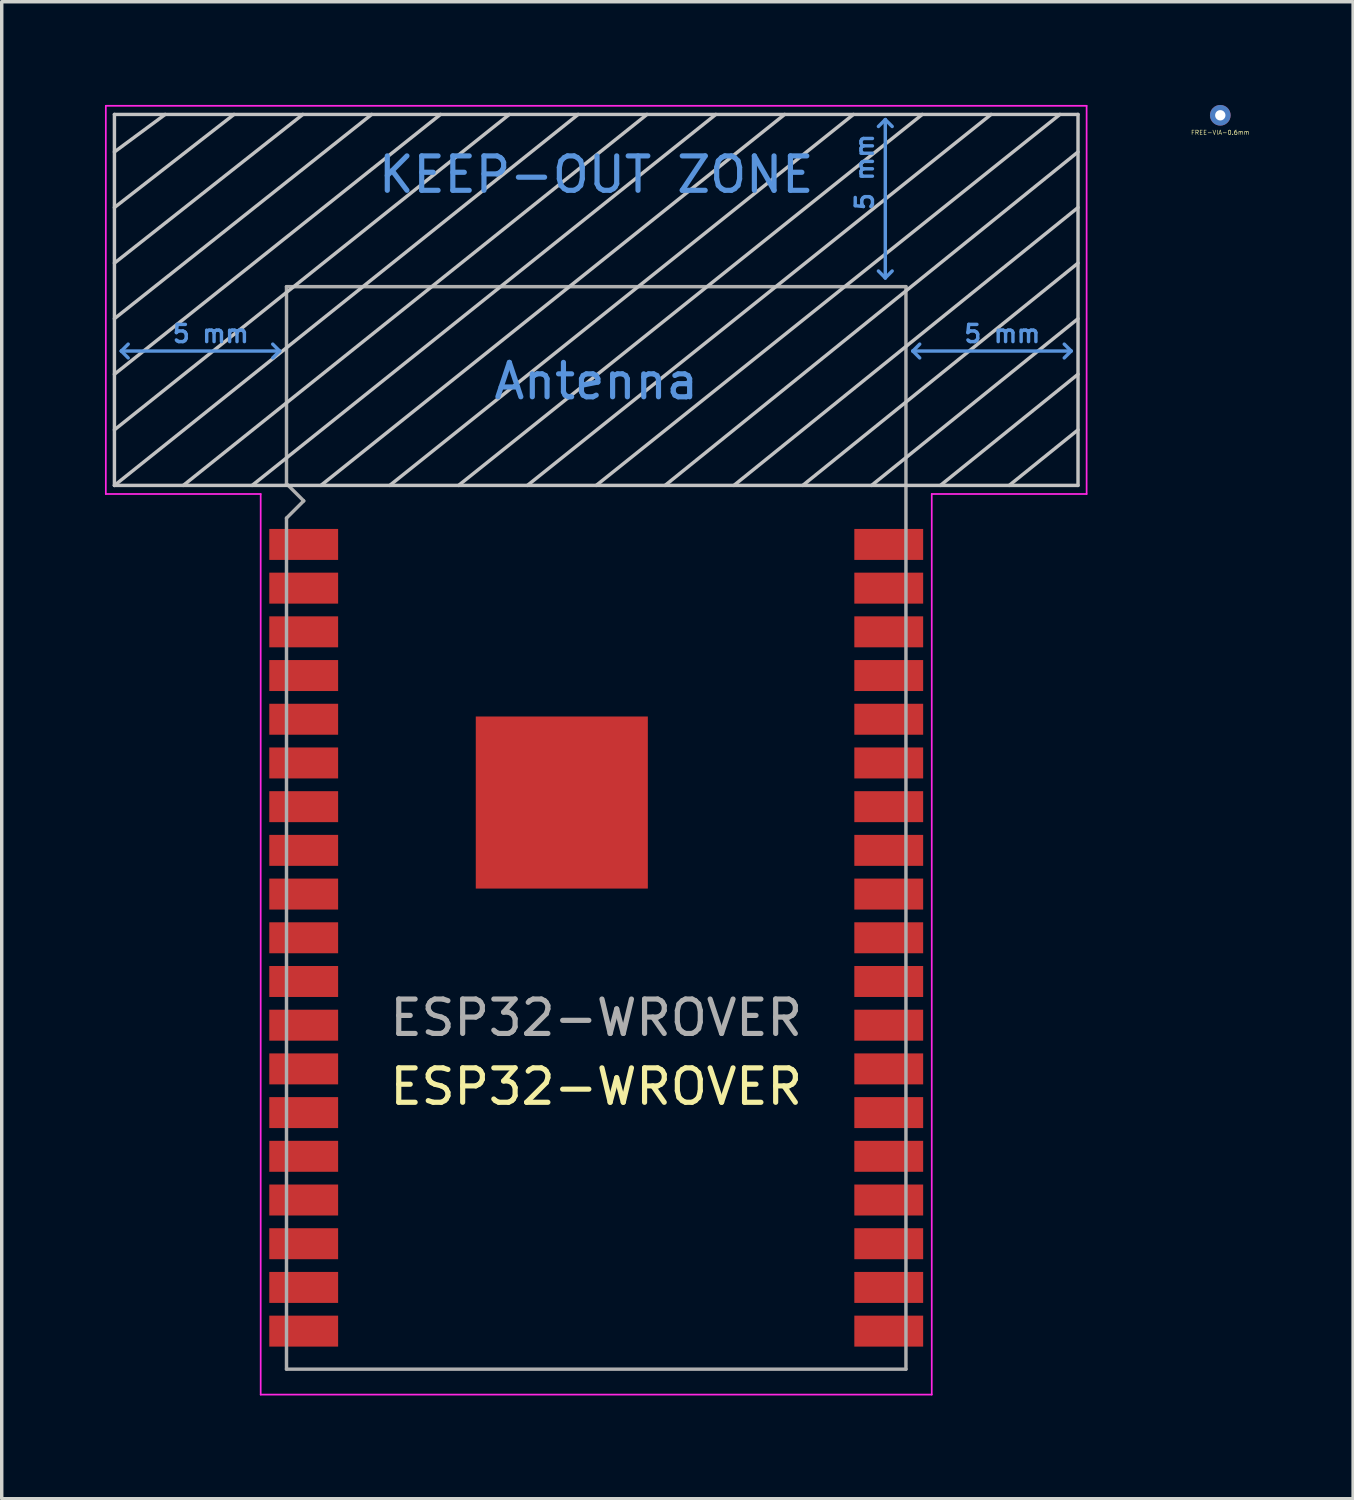
<source format=kicad_pcb>
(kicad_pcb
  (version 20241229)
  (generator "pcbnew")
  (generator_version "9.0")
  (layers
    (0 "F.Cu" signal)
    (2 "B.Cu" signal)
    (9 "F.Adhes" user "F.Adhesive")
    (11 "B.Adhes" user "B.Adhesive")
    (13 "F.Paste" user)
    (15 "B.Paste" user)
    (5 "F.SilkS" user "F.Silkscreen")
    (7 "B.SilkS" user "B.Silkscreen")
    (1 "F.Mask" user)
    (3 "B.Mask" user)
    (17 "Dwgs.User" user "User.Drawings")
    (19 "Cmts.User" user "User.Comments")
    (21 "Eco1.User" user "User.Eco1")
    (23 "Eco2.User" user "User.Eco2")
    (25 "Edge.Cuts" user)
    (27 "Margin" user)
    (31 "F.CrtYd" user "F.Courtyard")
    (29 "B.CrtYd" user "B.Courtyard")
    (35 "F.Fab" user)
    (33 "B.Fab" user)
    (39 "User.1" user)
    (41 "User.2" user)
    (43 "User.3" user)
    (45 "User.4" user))
  (footprint "ESP32-WROVER"
    (layer "F.Cu")
    (at 14.275 21.025)
    (property "Reference" "ESP32-WROVER" (at 0 7.5 180) (layer "F.SilkS") (effects (font (size 1 1) (thickness 0.15))))
    (attr smd)
    (fp_line (start -14 -9.97) (end -14 -20.75) (stroke (width 0.1) (type solid)) (layer "Dwgs.User"))
    (fp_line (start -12.525 -20.75) (end -14 -19.66) (stroke (width 0.1) (type solid)) (layer "Dwgs.User"))
    (fp_line (start -10.525 -20.75) (end -14 -18.045) (stroke (width 0.1) (type solid)) (layer "Dwgs.User"))
    (fp_line (start -8.525 -20.75) (end -14 -16.43) (stroke (width 0.1) (type solid)) (layer "Dwgs.User"))
    (fp_line (start -8 -9.97) (end 5.475 -20.75) (stroke (width 0.1) (type solid)) (layer "Dwgs.User"))
    (fp_line (start -6.525 -20.75) (end -14 -14.815) (stroke (width 0.1) (type solid)) (layer "Dwgs.User"))
    (fp_line (start -4.525 -20.75) (end -14 -13.2) (stroke (width 0.1) (type solid)) (layer "Dwgs.User"))
    (fp_line (start -2.525 -20.75) (end -14 -11.585) (stroke (width 0.1) (type solid)) (layer "Dwgs.User"))
    (fp_line (start -0.525 -20.75) (end -14 -9.97) (stroke (width 0.1) (type solid)) (layer "Dwgs.User"))
    (fp_line (start 1.475 -20.75) (end -12 -9.97) (stroke (width 0.1) (type solid)) (layer "Dwgs.User"))
    (fp_line (start 3.475 -20.75) (end -10 -9.97) (stroke (width 0.1) (type solid)) (layer "Dwgs.User"))
    (fp_line (start 7.475 -20.75) (end -6 -9.97) (stroke (width 0.1) (type solid)) (layer "Dwgs.User"))
    (fp_line (start 9.475 -20.75) (end -4 -9.97) (stroke (width 0.1) (type solid)) (layer "Dwgs.User"))
    (fp_line (start 11.475 -20.75) (end -2 -9.97) (stroke (width 0.1) (type solid)) (layer "Dwgs.User"))
    (fp_line (start 13.475 -20.75) (end 0 -9.97) (stroke (width 0.1) (type solid)) (layer "Dwgs.User"))
    (fp_line (start 14 -20.75) (end -14 -20.75) (stroke (width 0.1) (type solid)) (layer "Dwgs.User"))
    (fp_line (start 14 -19.66) (end 2 -9.97) (stroke (width 0.1) (type solid)) (layer "Dwgs.User"))
    (fp_line (start 14 -18.045) (end 4 -9.97) (stroke (width 0.1) (type solid)) (layer "Dwgs.User"))
    (fp_line (start 14 -16.43) (end 6 -9.97) (stroke (width 0.1) (type solid)) (layer "Dwgs.User"))
    (fp_line (start 14 -14.815) (end 8 -9.97) (stroke (width 0.1) (type solid)) (layer "Dwgs.User"))
    (fp_line (start 14 -13.2) (end 10 -9.97) (stroke (width 0.1) (type solid)) (layer "Dwgs.User"))
    (fp_line (start 14 -11.585) (end 12 -9.97) (stroke (width 0.1) (type solid)) (layer "Dwgs.User"))
    (fp_line (start 14 -9.97) (end -14 -9.97) (stroke (width 0.1) (type solid)) (layer "Dwgs.User"))
    (fp_line (start 14 -9.97) (end 14 -20.75) (stroke (width 0.1) (type solid)) (layer "Dwgs.User"))
    (fp_line (start -13.8 -13.875) (end -13.6 -14.075) (stroke (width 0.1) (type solid)) (layer "Cmts.User"))
    (fp_line (start -13.8 -13.875) (end -13.6 -13.675) (stroke (width 0.1) (type solid)) (layer "Cmts.User"))
    (fp_line (start -13.8 -13.875) (end -9.2 -13.875) (stroke (width 0.1) (type solid)) (layer "Cmts.User"))
    (fp_line (start -9.2 -13.875) (end -9.4 -14.075) (stroke (width 0.1) (type solid)) (layer "Cmts.User"))
    (fp_line (start -9.2 -13.875) (end -9.4 -13.675) (stroke (width 0.1) (type solid)) (layer "Cmts.User"))
    (fp_line (start 8.4 -20.6) (end 8.2 -20.4) (stroke (width 0.1) (type solid)) (layer "Cmts.User"))
    (fp_line (start 8.4 -20.6) (end 8.6 -20.4) (stroke (width 0.1) (type solid)) (layer "Cmts.User"))
    (fp_line (start 8.4 -16) (end 8.2 -16.2) (stroke (width 0.1) (type solid)) (layer "Cmts.User"))
    (fp_line (start 8.4 -16) (end 8.4 -20.6) (stroke (width 0.1) (type solid)) (layer "Cmts.User"))
    (fp_line (start 8.4 -16) (end 8.6 -16.2) (stroke (width 0.1) (type solid)) (layer "Cmts.User"))
    (fp_line (start 9.2 -13.875) (end 9.4 -14.075) (stroke (width 0.1) (type solid)) (layer "Cmts.User"))
    (fp_line (start 9.2 -13.875) (end 9.4 -13.675) (stroke (width 0.1) (type solid)) (layer "Cmts.User"))
    (fp_line (start 9.2 -13.875) (end 13.8 -13.875) (stroke (width 0.1) (type solid)) (layer "Cmts.User"))
    (fp_line (start 13.8 -13.875) (end 13.6 -14.075) (stroke (width 0.1) (type solid)) (layer "Cmts.User"))
    (fp_line (start 13.8 -13.875) (end 13.6 -13.675) (stroke (width 0.1) (type solid)) (layer "Cmts.User"))
    (fp_line (start -14.25 -21) (end -14.25 -9.72) (stroke (width 0.05) (type solid)) (layer "F.CrtYd"))
    (fp_line (start -14.25 -21) (end 14.25 -21) (stroke (width 0.05) (type solid)) (layer "F.CrtYd"))
    (fp_line (start -14.25 -9.72) (end -9.75 -9.72) (stroke (width 0.05) (type solid)) (layer "F.CrtYd"))
    (fp_line (start -9.75 16.45) (end -9.75 -9.72) (stroke (width 0.05) (type solid)) (layer "F.CrtYd"))
    (fp_line (start -9.75 16.45) (end 9.75 16.45) (stroke (width 0.05) (type solid)) (layer "F.CrtYd"))
    (fp_line (start 9.75 -9.72) (end 9.75 16.45) (stroke (width 0.05) (type solid)) (layer "F.CrtYd"))
    (fp_line (start 9.75 -9.72) (end 14.25 -9.72) (stroke (width 0.05) (type solid)) (layer "F.CrtYd"))
    (fp_line (start 14.25 -21) (end 14.25 -9.72) (stroke (width 0.05) (type solid)) (layer "F.CrtYd"))
    (fp_line (start -9 -15.745) (end -9 -10.02) (stroke (width 0.1) (type solid)) (layer "F.Fab"))
    (fp_line (start -9 -15.745) (end 9 -15.745) (stroke (width 0.1) (type solid)) (layer "F.Fab"))
    (fp_line (start -9 -9.02) (end -9 15.71) (stroke (width 0.1) (type solid)) (layer "F.Fab"))
    (fp_line (start -9 -9.02) (end -8.5 -9.52) (stroke (width 0.1) (type solid)) (layer "F.Fab"))
    (fp_line (start -9 15.71) (end 9 15.71) (stroke (width 0.1) (type solid)) (layer "F.Fab"))
    (fp_line (start -8.5 -9.52) (end -9 -10.02) (stroke (width 0.1) (type solid)) (layer "F.Fab"))
    (fp_line (start 9 15.71) (end 9 -15.745) (stroke (width 0.1) (type solid)) (layer "F.Fab"))
    (fp_text user "Antenna" (at 0 -13 0) (layer "Cmts.User") (effects (font (size 1 1) (thickness 0.15))))
    (fp_text user "5 mm" (at 7.8 -19.075 90) (layer "Cmts.User") (effects (font (size 0.5 0.5) (thickness 0.1))))
    (fp_text user "5 mm" (at -11.2 -14.375 0) (layer "Cmts.User") (effects (font (size 0.5 0.5) (thickness 0.1))))
    (fp_text user "5 mm" (at 11.8 -14.375 0) (layer "Cmts.User") (effects (font (size 0.5 0.5) (thickness 0.1))))
    (fp_text user "KEEP-OUT ZONE" (at 0 -19 0) (layer "Cmts.User") (effects (font (size 1 1) (thickness 0.15))))
    (fp_text user "${REFERENCE}" (at 0 5.5 0) (layer "F.Fab") (effects (font (size 1 1) (thickness 0.15))))
    (pad "1" smd rect (at -8.5 -8.255) (size 2 0.9) (layers "F.Cu" "F.Mask" "F.Paste"))
    (pad "2" smd rect (at -8.5 -6.985) (size 2 0.9) (layers "F.Cu" "F.Mask" "F.Paste"))
    (pad "3" smd rect (at -8.5 -5.715) (size 2 0.9) (layers "F.Cu" "F.Mask" "F.Paste"))
    (pad "4" smd rect (at -8.5 -4.445) (size 2 0.9) (layers "F.Cu" "F.Mask" "F.Paste"))
    (pad "5" smd rect (at -8.5 -3.175) (size 2 0.9) (layers "F.Cu" "F.Mask" "F.Paste"))
    (pad "6" smd rect (at -8.5 -1.905) (size 2 0.9) (layers "F.Cu" "F.Mask" "F.Paste"))
    (pad "7" smd rect (at -8.5 -0.635) (size 2 0.9) (layers "F.Cu" "F.Mask" "F.Paste"))
    (pad "8" smd rect (at -8.5 0.635) (size 2 0.9) (layers "F.Cu" "F.Mask" "F.Paste"))
    (pad "9" smd rect (at -8.5 1.905) (size 2 0.9) (layers "F.Cu" "F.Mask" "F.Paste"))
    (pad "10" smd rect (at -8.5 3.175) (size 2 0.9) (layers "F.Cu" "F.Mask" "F.Paste"))
    (pad "11" smd rect (at -8.5 4.445) (size 2 0.9) (layers "F.Cu" "F.Mask" "F.Paste"))
    (pad "12" smd rect (at -8.5 5.715) (size 2 0.9) (layers "F.Cu" "F.Mask" "F.Paste"))
    (pad "13" smd rect (at -8.5 6.985) (size 2 0.9) (layers "F.Cu" "F.Mask" "F.Paste"))
    (pad "14" smd rect (at -8.5 8.255) (size 2 0.9) (layers "F.Cu" "F.Mask" "F.Paste"))
    (pad "15" smd rect (at -8.5 9.525) (size 2 0.9) (layers "F.Cu" "F.Mask" "F.Paste"))
    (pad "16" smd rect (at -8.5 10.795) (size 2 0.9) (layers "F.Cu" "F.Mask" "F.Paste"))
    (pad "17" smd rect (at -8.5 12.065) (size 2 0.9) (layers "F.Cu" "F.Mask" "F.Paste"))
    (pad "18" smd rect (at -8.5 13.335) (size 2 0.9) (layers "F.Cu" "F.Mask" "F.Paste"))
    (pad "19" smd rect (at -8.5 14.605) (size 2 0.9) (layers "F.Cu" "F.Mask" "F.Paste"))
    (pad "20" smd rect (at 8.5 14.605) (size 2 0.9) (layers "F.Cu" "F.Mask" "F.Paste"))
    (pad "21" smd rect (at 8.5 13.335) (size 2 0.9) (layers "F.Cu" "F.Mask" "F.Paste"))
    (pad "22" smd rect (at 8.5 12.065) (size 2 0.9) (layers "F.Cu" "F.Mask" "F.Paste"))
    (pad "23" smd rect (at 8.5 10.795) (size 2 0.9) (layers "F.Cu" "F.Mask" "F.Paste"))
    (pad "24" smd rect (at 8.5 9.525) (size 2 0.9) (layers "F.Cu" "F.Mask" "F.Paste"))
    (pad "25" smd rect (at 8.5 8.255) (size 2 0.9) (layers "F.Cu" "F.Mask" "F.Paste"))
    (pad "26" smd rect (at 8.5 6.985) (size 2 0.9) (layers "F.Cu" "F.Mask" "F.Paste"))
    (pad "27" smd rect (at 8.5 5.715) (size 2 0.9) (layers "F.Cu" "F.Mask" "F.Paste"))
    (pad "28" smd rect (at 8.5 4.445) (size 2 0.9) (layers "F.Cu" "F.Mask" "F.Paste"))
    (pad "29" smd rect (at 8.5 3.175) (size 2 0.9) (layers "F.Cu" "F.Mask" "F.Paste"))
    (pad "30" smd rect (at 8.5 1.905) (size 2 0.9) (layers "F.Cu" "F.Mask" "F.Paste"))
    (pad "31" smd rect (at 8.5 0.635) (size 2 0.9) (layers "F.Cu" "F.Mask" "F.Paste"))
    (pad "32" smd rect (at 8.5 -0.635) (size 2 0.9) (layers "F.Cu" "F.Mask" "F.Paste"))
    (pad "33" smd rect (at 8.5 -1.905) (size 2 0.9) (layers "F.Cu" "F.Mask" "F.Paste"))
    (pad "34" smd rect (at 8.5 -3.175) (size 2 0.9) (layers "F.Cu" "F.Mask" "F.Paste"))
    (pad "35" smd rect (at 8.5 -4.445) (size 2 0.9) (layers "F.Cu" "F.Mask" "F.Paste"))
    (pad "36" smd rect (at 8.5 -5.715) (size 2 0.9) (layers "F.Cu" "F.Mask" "F.Paste"))
    (pad "37" smd rect (at 8.5 -6.985) (size 2 0.9) (layers "F.Cu" "F.Mask" "F.Paste"))
    (pad "38" smd rect (at 8.5 -8.255) (size 2 0.9) (layers "F.Cu" "F.Mask" "F.Paste"))
    (pad "39" smd rect (at -1 -0.755) (size 5 5) (layers "F.Cu" "F.Mask" "F.Paste")))
  (footprint "FREE-VIA-0.6mm"
    (layer "F.Cu")
    (at 32.409 0.3)
    (property "Reference" "FREE-VIA-0.6mm" (at 0 0.5 0) (layer "F.SilkS") (effects (font (size 0.127 0.127) (thickness 0.015))))
    (attr through_hole)
    (pad "1" thru_hole circle (at 0 0) (size 0.6 0.6) (drill 0.3) (layers "*.Cu")))
  (gr_rect
    (start -3 -3)
    (end 36.269 40.5)
    (stroke (width 0.1) (type default))
    (fill no)
    (layer "Edge.Cuts")))
</source>
